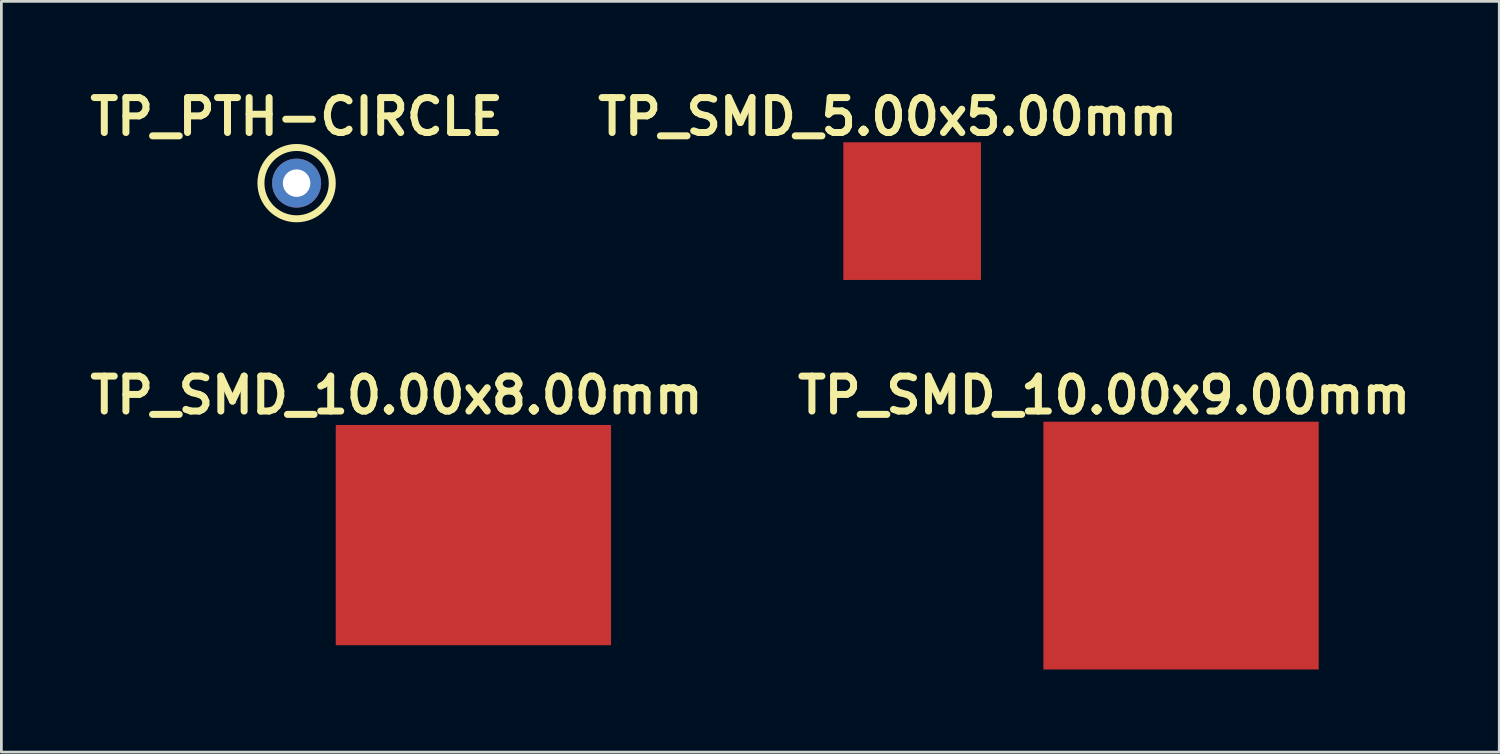
<source format=kicad_pcb>
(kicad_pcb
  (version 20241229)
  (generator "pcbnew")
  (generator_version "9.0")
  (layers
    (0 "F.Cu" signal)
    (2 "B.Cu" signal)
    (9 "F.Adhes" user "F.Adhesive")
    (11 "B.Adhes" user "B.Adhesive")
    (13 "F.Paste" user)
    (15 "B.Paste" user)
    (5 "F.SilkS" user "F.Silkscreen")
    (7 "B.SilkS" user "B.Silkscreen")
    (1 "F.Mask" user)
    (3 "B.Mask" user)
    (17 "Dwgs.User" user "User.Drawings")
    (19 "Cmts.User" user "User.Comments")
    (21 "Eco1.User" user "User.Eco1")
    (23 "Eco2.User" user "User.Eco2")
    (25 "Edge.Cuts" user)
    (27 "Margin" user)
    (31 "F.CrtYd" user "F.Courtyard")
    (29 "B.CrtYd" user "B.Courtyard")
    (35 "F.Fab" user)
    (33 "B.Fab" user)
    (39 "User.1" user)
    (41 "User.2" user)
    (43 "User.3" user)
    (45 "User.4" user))
  (footprint "TP_SMD_10.00x9.00mm"
    (layer "F.Cu")
    (at 39.848 16.767)
    (property "Reference" "TP_SMD_10.00x9.00mm" (at -2.794 -5.461 0) (layer "F.SilkS") (effects (font (size 1.27 1.27) (thickness 0.254))))
    (attr exclude_from_pos_files exclude_from_bom)
    (pad "1" smd rect (at 0 0) (size 10 9) (layers "F.Cu" "F.Mask")))
  (footprint "TP_SMD_10.00x8.00mm"
    (layer "F.Cu")
    (at 14.145 16.386)
    (property "Reference" "TP_SMD_10.00x8.00mm" (at -2.794 -5.08 0) (layer "F.SilkS") (effects (font (size 1.27 1.27) (thickness 0.254))))
    (attr through_hole)
    (pad "1" smd rect (at 0 0) (size 10 8) (layers "F.Cu" "F.Mask")))
  (footprint "TP_PTH-CIRCLE"
    (layer "F.Cu")
    (at 7.723 3.602)
    (property "Reference" "TP_PTH-CIRCLE" (at 0 -2.413 0) (layer "F.SilkS") (effects (font (size 1.27 1.27) (thickness 0.254))))
    (attr through_hole)
    (fp_circle (center 0 0) (end -1.27 0.254) (stroke (width 0.254) (type solid)) (fill no) (layer "F.SilkS"))
    (pad "1" thru_hole circle (at 0 0 90) (size 1.778 1.778) (drill 1) (layers "*.Cu" "*.Mask")))
  (footprint "TP_SMD_5.00x5.00mm"
    (layer "F.Cu")
    (at 30.081 4.618)
    (property "Reference" "TP_SMD_5.00x5.00mm" (at -0.889 -3.429 0) (layer "F.SilkS") (effects (font (size 1.27 1.27) (thickness 0.254))))
    (attr smd)
    (pad "1" smd rect (at 0 0) (size 5 5) (layers "F.Cu" "F.Mask")))
  (gr_rect
    (start -3 -3)
    (end 51.406 24.267)
    (stroke (width 0.1) (type default))
    (fill no)
    (layer "Edge.Cuts")))
</source>
